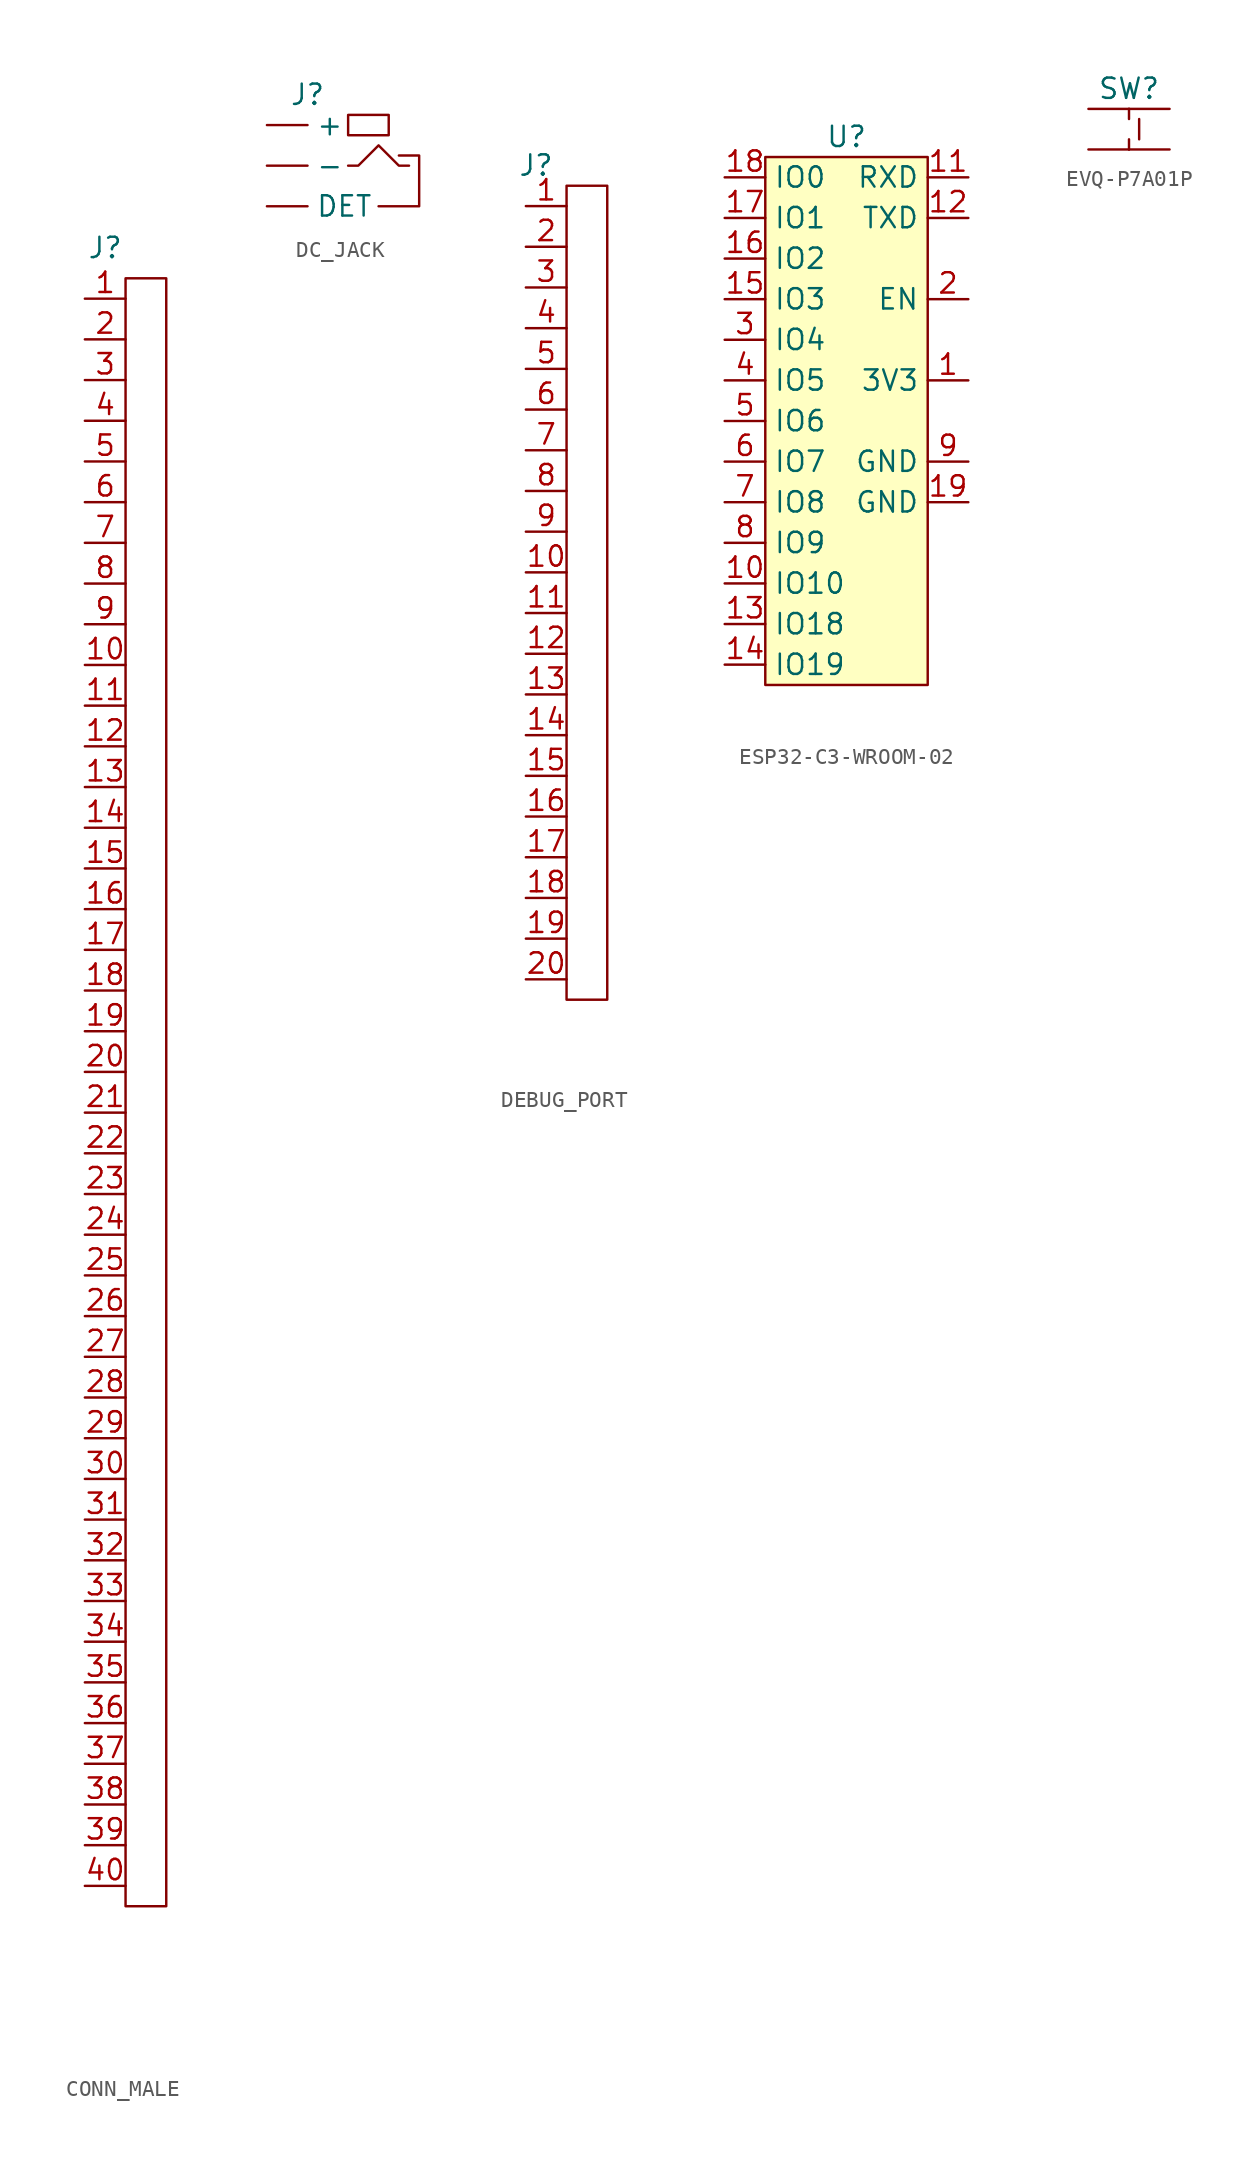
<source format=kicad_sym>
(kicad_symbol_lib
  (version 20220914)
  (generator kicad_symbol_editor)
  (symbol "CONN_MALE"
    (pin_names hide)
    (property "Reference" "J"
      (at 0 40.005 0)
      (effects (font (size 1.27 1.27))))
    (property "Value" ""
      (at -1.27 39.37 0)
      (effects (font (size 1.27 1.27))))
    (symbol "CONN_MALE_0_1"
      (rectangle (start 1.27 38.1) (end 3.81 -63.5) (stroke (width 0) (type default)) (fill (type none))))
    (symbol "CONN_MALE_1_1"
      (pin input line (at -1.27 36.83 0) (length 2.54) (name "" (effects (font (size 1.27 1.27)))) (number "1" (effects (font (size 1.27 1.27)))))
      (pin input line (at -1.27 13.97 0) (length 2.54) (name "" (effects (font (size 1.27 1.27)))) (number "10" (effects (font (size 1.27 1.27)))))
      (pin input line (at -1.27 11.43 0) (length 2.54) (name "" (effects (font (size 1.27 1.27)))) (number "11" (effects (font (size 1.27 1.27)))))
      (pin input line (at -1.27 8.89 0) (length 2.54) (name "" (effects (font (size 1.27 1.27)))) (number "12" (effects (font (size 1.27 1.27)))))
      (pin input line (at -1.27 6.35 0) (length 2.54) (name "" (effects (font (size 1.27 1.27)))) (number "13" (effects (font (size 1.27 1.27)))))
      (pin input line (at -1.27 3.81 0) (length 2.54) (name "" (effects (font (size 1.27 1.27)))) (number "14" (effects (font (size 1.27 1.27)))))
      (pin input line (at -1.27 1.27 0) (length 2.54) (name "" (effects (font (size 1.27 1.27)))) (number "15" (effects (font (size 1.27 1.27)))))
      (pin input line (at -1.27 -1.27 0) (length 2.54) (name "" (effects (font (size 1.27 1.27)))) (number "16" (effects (font (size 1.27 1.27)))))
      (pin input line (at -1.27 -3.81 0) (length 2.54) (name "" (effects (font (size 1.27 1.27)))) (number "17" (effects (font (size 1.27 1.27)))))
      (pin input line (at -1.27 -6.35 0) (length 2.54) (name "" (effects (font (size 1.27 1.27)))) (number "18" (effects (font (size 1.27 1.27)))))
      (pin input line (at -1.27 -8.89 0) (length 2.54) (name "" (effects (font (size 1.27 1.27)))) (number "19" (effects (font (size 1.27 1.27)))))
      (pin input line (at -1.27 34.29 0) (length 2.54) (name "" (effects (font (size 1.27 1.27)))) (number "2" (effects (font (size 1.27 1.27)))))
      (pin input line (at -1.27 -11.43 0) (length 2.54) (name "" (effects (font (size 1.27 1.27)))) (number "20" (effects (font (size 1.27 1.27)))))
      (pin input line (at -1.27 -13.97 0) (length 2.54) (name "" (effects (font (size 1.27 1.27)))) (number "21" (effects (font (size 1.27 1.27)))))
      (pin input line (at -1.27 -16.51 0) (length 2.54) (name "" (effects (font (size 1.27 1.27)))) (number "22" (effects (font (size 1.27 1.27)))))
      (pin input line (at -1.27 -19.05 0) (length 2.54) (name "" (effects (font (size 1.27 1.27)))) (number "23" (effects (font (size 1.27 1.27)))))
      (pin input line (at -1.27 -21.59 0) (length 2.54) (name "" (effects (font (size 1.27 1.27)))) (number "24" (effects (font (size 1.27 1.27)))))
      (pin input line (at -1.27 -24.13 0) (length 2.54) (name "" (effects (font (size 1.27 1.27)))) (number "25" (effects (font (size 1.27 1.27)))))
      (pin input line (at -1.27 -26.67 0) (length 2.54) (name "" (effects (font (size 1.27 1.27)))) (number "26" (effects (font (size 1.27 1.27)))))
      (pin input line (at -1.27 -29.21 0) (length 2.54) (name "" (effects (font (size 1.27 1.27)))) (number "27" (effects (font (size 1.27 1.27)))))
      (pin input line (at -1.27 -31.75 0) (length 2.54) (name "" (effects (font (size 1.27 1.27)))) (number "28" (effects (font (size 1.27 1.27)))))
      (pin input line (at -1.27 -34.29 0) (length 2.54) (name "" (effects (font (size 1.27 1.27)))) (number "29" (effects (font (size 1.27 1.27)))))
      (pin input line (at -1.27 31.75 0) (length 2.54) (name "" (effects (font (size 1.27 1.27)))) (number "3" (effects (font (size 1.27 1.27)))))
      (pin input line (at -1.27 -36.83 0) (length 2.54) (name "" (effects (font (size 1.27 1.27)))) (number "30" (effects (font (size 1.27 1.27)))))
      (pin input line (at -1.27 -39.37 0) (length 2.54) (name "" (effects (font (size 1.27 1.27)))) (number "31" (effects (font (size 1.27 1.27)))))
      (pin input line (at -1.27 -41.91 0) (length 2.54) (name "" (effects (font (size 1.27 1.27)))) (number "32" (effects (font (size 1.27 1.27)))))
      (pin input line (at -1.27 -44.45 0) (length 2.54) (name "" (effects (font (size 1.27 1.27)))) (number "33" (effects (font (size 1.27 1.27)))))
      (pin input line (at -1.27 -46.99 0) (length 2.54) (name "" (effects (font (size 1.27 1.27)))) (number "34" (effects (font (size 1.27 1.27)))))
      (pin input line (at -1.27 -49.53 0) (length 2.54) (name "" (effects (font (size 1.27 1.27)))) (number "35" (effects (font (size 1.27 1.27)))))
      (pin input line (at -1.27 -52.07 0) (length 2.54) (name "" (effects (font (size 1.27 1.27)))) (number "36" (effects (font (size 1.27 1.27)))))
      (pin input line (at -1.27 -54.61 0) (length 2.54) (name "" (effects (font (size 1.27 1.27)))) (number "37" (effects (font (size 1.27 1.27)))))
      (pin input line (at -1.27 -57.15 0) (length 2.54) (name "" (effects (font (size 1.27 1.27)))) (number "38" (effects (font (size 1.27 1.27)))))
      (pin input line (at -1.27 -59.69 0) (length 2.54) (name "" (effects (font (size 1.27 1.27)))) (number "39" (effects (font (size 1.27 1.27)))))
      (pin input line (at -1.27 29.21 0) (length 2.54) (name "" (effects (font (size 1.27 1.27)))) (number "4" (effects (font (size 1.27 1.27)))))
      (pin input line (at -1.27 -62.23 0) (length 2.54) (name "" (effects (font (size 1.27 1.27)))) (number "40" (effects (font (size 1.27 1.27)))))
      (pin input line (at -1.27 26.67 0) (length 2.54) (name "" (effects (font (size 1.27 1.27)))) (number "5" (effects (font (size 1.27 1.27)))))
      (pin input line (at -1.27 24.13 0) (length 2.54) (name "" (effects (font (size 1.27 1.27)))) (number "6" (effects (font (size 1.27 1.27)))))
      (pin input line (at -1.27 21.59 0) (length 2.54) (name "" (effects (font (size 1.27 1.27)))) (number "7" (effects (font (size 1.27 1.27)))))
      (pin input line (at -1.27 19.05 0) (length 2.54) (name "" (effects (font (size 1.27 1.27)))) (number "8" (effects (font (size 1.27 1.27)))))
      (pin input line (at -1.27 16.51 0) (length 2.54) (name "" (effects (font (size 1.27 1.27)))) (number "9" (effects (font (size 1.27 1.27)))))))
  (symbol "DC_JACK"
    (pin_numbers hide)
    (property "Reference" "J"
      (at 0 3.175 0)
      (effects (font (size 1.27 1.27))))
    (property "Value" ""
      (at -2.54 0 0)
      (effects (font (size 1.27 1.27))))
    (symbol "DC_JACK_0_1"
      (polyline (pts (xy 4.445 -3.81) (xy 6.985 -3.81) (xy 6.985 -0.635) (xy 5.715 -0.635)) (stroke (width 0) (type default)) (fill (type none)))
      (polyline (pts (xy 2.54 -1.27) (xy 3.175 -1.27) (xy 4.445 0) (xy 5.715 -1.27) (xy 6.35 -1.27)) (stroke (width 0) (type default)) (fill (type none)))
      (polyline (pts (xy 2.54 1.905) (xy 2.54 0.635) (xy 5.08 0.635) (xy 5.08 1.905) (xy 2.54 1.905)) (stroke (width 0) (type default)) (fill (type none))))
    (symbol "DC_JACK_1_1"
      (pin power_out line (at -2.54 1.27 0) (length 2.54) (name "+" (effects (font (size 1.27 1.27)))) (number "1" (effects (font (size 1.27 1.27)))))
      (pin power_out line (at -2.54 -1.27 0) (length 2.54) (name "-" (effects (font (size 1.27 1.27)))) (number "2" (effects (font (size 1.27 1.27)))))
      (pin power_out line (at -2.54 -3.81 0) (length 2.54) (name "DET" (effects (font (size 1.27 1.27)))) (number "3" (effects (font (size 1.27 1.27)))))))
  (symbol "DEBUG_PORT"
    (pin_names hide)
    (property "Reference" "J"
      (at -3.175 26.67 0)
      (effects (font (size 1.27 1.27))))
    (property "Value" ""
      (at -3.175 26.67 0)
      (effects (font (size 1.27 1.27))))
    (symbol "DEBUG_PORT_0_1"
      (rectangle (start -1.27 25.4) (end 1.27 -25.4) (stroke (width 0) (type default)) (fill (type none))))
    (symbol "DEBUG_PORT_1_1"
      (pin input line (at -3.81 24.13 0) (length 2.54) (name "" (effects (font (size 1.27 1.27)))) (number "1" (effects (font (size 1.27 1.27)))))
      (pin input line (at -3.81 1.27 0) (length 2.54) (name "" (effects (font (size 1.27 1.27)))) (number "10" (effects (font (size 1.27 1.27)))))
      (pin input line (at -3.81 -1.27 0) (length 2.54) (name "" (effects (font (size 1.27 1.27)))) (number "11" (effects (font (size 1.27 1.27)))))
      (pin input line (at -3.81 -3.81 0) (length 2.54) (name "" (effects (font (size 1.27 1.27)))) (number "12" (effects (font (size 1.27 1.27)))))
      (pin input line (at -3.81 -6.35 0) (length 2.54) (name "" (effects (font (size 1.27 1.27)))) (number "13" (effects (font (size 1.27 1.27)))))
      (pin input line (at -3.81 -8.89 0) (length 2.54) (name "" (effects (font (size 1.27 1.27)))) (number "14" (effects (font (size 1.27 1.27)))))
      (pin input line (at -3.81 -11.43 0) (length 2.54) (name "" (effects (font (size 1.27 1.27)))) (number "15" (effects (font (size 1.27 1.27)))))
      (pin input line (at -3.81 -13.97 0) (length 2.54) (name "" (effects (font (size 1.27 1.27)))) (number "16" (effects (font (size 1.27 1.27)))))
      (pin input line (at -3.81 -16.51 0) (length 2.54) (name "" (effects (font (size 1.27 1.27)))) (number "17" (effects (font (size 1.27 1.27)))))
      (pin input line (at -3.81 -19.05 0) (length 2.54) (name "" (effects (font (size 1.27 1.27)))) (number "18" (effects (font (size 1.27 1.27)))))
      (pin input line (at -3.81 -21.59 0) (length 2.54) (name "" (effects (font (size 1.27 1.27)))) (number "19" (effects (font (size 1.27 1.27)))))
      (pin input line (at -3.81 21.59 0) (length 2.54) (name "" (effects (font (size 1.27 1.27)))) (number "2" (effects (font (size 1.27 1.27)))))
      (pin input line (at -3.81 -24.13 0) (length 2.54) (name "" (effects (font (size 1.27 1.27)))) (number "20" (effects (font (size 1.27 1.27)))))
      (pin input line (at -3.81 19.05 0) (length 2.54) (name "" (effects (font (size 1.27 1.27)))) (number "3" (effects (font (size 1.27 1.27)))))
      (pin input line (at -3.81 16.51 0) (length 2.54) (name "" (effects (font (size 1.27 1.27)))) (number "4" (effects (font (size 1.27 1.27)))))
      (pin input line (at -3.81 13.97 0) (length 2.54) (name "" (effects (font (size 1.27 1.27)))) (number "5" (effects (font (size 1.27 1.27)))))
      (pin input line (at -3.81 11.43 0) (length 2.54) (name "" (effects (font (size 1.27 1.27)))) (number "6" (effects (font (size 1.27 1.27)))))
      (pin input line (at -3.81 8.89 0) (length 2.54) (name "" (effects (font (size 1.27 1.27)))) (number "7" (effects (font (size 1.27 1.27)))))
      (pin input line (at -3.81 6.35 0) (length 2.54) (name "" (effects (font (size 1.27 1.27)))) (number "8" (effects (font (size 1.27 1.27)))))
      (pin input line (at -3.81 3.81 0) (length 2.54) (name "" (effects (font (size 1.27 1.27)))) (number "9" (effects (font (size 1.27 1.27)))))))
  (symbol "ESP32-C3-WROOM-02"
    (property "Reference" "U"
      (at 0 17.78 0)
      (effects (font (size 1.27 1.27))))
    (property "Value" ""
      (at 0 17.78 0)
      (effects (font (size 1.27 1.27))))
    (symbol "ESP32-C3-WROOM-02_1_1"
      (rectangle (start -5.08 16.51) (end 5.08 -16.51) (stroke (width 0) (type default)) (fill (type background)))
      (pin power_in line (at 7.62 2.54 180) (length 2.54) (name "3V3" (effects (font (size 1.27 1.27)))) (number "1" (effects (font (size 1.27 1.27)))))
      (pin bidirectional line (at -7.62 -10.16 0) (length 2.54) (name "IO10" (effects (font (size 1.27 1.27)))) (number "10" (effects (font (size 1.27 1.27)))))
      (pin bidirectional line (at 7.62 15.24 180) (length 2.54) (name "RXD" (effects (font (size 1.27 1.27)))) (number "11" (effects (font (size 1.27 1.27)))))
      (pin bidirectional line (at 7.62 12.7 180) (length 2.54) (name "TXD" (effects (font (size 1.27 1.27)))) (number "12" (effects (font (size 1.27 1.27)))))
      (pin bidirectional line (at -7.62 -12.7 0) (length 2.54) (name "IO18" (effects (font (size 1.27 1.27)))) (number "13" (effects (font (size 1.27 1.27)))))
      (pin bidirectional line (at -7.62 -15.24 0) (length 2.54) (name "IO19" (effects (font (size 1.27 1.27)))) (number "14" (effects (font (size 1.27 1.27)))))
      (pin bidirectional line (at -7.62 7.62 0) (length 2.54) (name "IO3" (effects (font (size 1.27 1.27)))) (number "15" (effects (font (size 1.27 1.27)))))
      (pin bidirectional line (at -7.62 10.16 0) (length 2.54) (name "IO2" (effects (font (size 1.27 1.27)))) (number "16" (effects (font (size 1.27 1.27)))))
      (pin bidirectional line (at -7.62 12.7 0) (length 2.54) (name "IO1" (effects (font (size 1.27 1.27)))) (number "17" (effects (font (size 1.27 1.27)))))
      (pin bidirectional line (at -7.62 15.24 0) (length 2.54) (name "IO0" (effects (font (size 1.27 1.27)))) (number "18" (effects (font (size 1.27 1.27)))))
      (pin power_in line (at 7.62 -5.08 180) (length 2.54) (name "GND" (effects (font (size 1.27 1.27)))) (number "19" (effects (font (size 1.27 1.27)))))
      (pin input line (at 7.62 7.62 180) (length 2.54) (name "EN" (effects (font (size 1.27 1.27)))) (number "2" (effects (font (size 1.27 1.27)))))
      (pin bidirectional line (at -7.62 5.08 0) (length 2.54) (name "IO4" (effects (font (size 1.27 1.27)))) (number "3" (effects (font (size 1.27 1.27)))))
      (pin bidirectional line (at -7.62 2.54 0) (length 2.54) (name "IO5" (effects (font (size 1.27 1.27)))) (number "4" (effects (font (size 1.27 1.27)))))
      (pin bidirectional line (at -7.62 0 0) (length 2.54) (name "IO6" (effects (font (size 1.27 1.27)))) (number "5" (effects (font (size 1.27 1.27)))))
      (pin bidirectional line (at -7.62 -2.54 0) (length 2.54) (name "IO7" (effects (font (size 1.27 1.27)))) (number "6" (effects (font (size 1.27 1.27)))))
      (pin bidirectional line (at -7.62 -5.08 0) (length 2.54) (name "IO8" (effects (font (size 1.27 1.27)))) (number "7" (effects (font (size 1.27 1.27)))))
      (pin bidirectional line (at -7.62 -7.62 0) (length 2.54) (name "IO9" (effects (font (size 1.27 1.27)))) (number "8" (effects (font (size 1.27 1.27)))))
      (pin power_in line (at 7.62 -2.54 180) (length 2.54) (name "GND" (effects (font (size 1.27 1.27)))) (number "9" (effects (font (size 1.27 1.27)))))))
  (symbol "EVQ-P7A01P"
    (pin_numbers hide)
    (pin_names hide)
    (property "Reference" "SW"
      (at 0 2.54 0)
      (effects (font (size 1.27 1.27))))
    (property "Value" ""
      (at 0 1.27 0)
      (effects (font (size 1.27 1.27))))
    (symbol "EVQ-P7A01P_0_1"
      (polyline (pts (xy 0 -0.635) (xy 0 -1.27)) (stroke (width 0) (type default)) (fill (type none)))
      (polyline (pts (xy 0 1.27) (xy 0 0.635)) (stroke (width 0) (type default)) (fill (type none)))
      (polyline (pts (xy 0.635 -0.635) (xy 0.635 0.635)) (stroke (width 0) (type default)) (fill (type none))))
    (symbol "EVQ-P7A01P_1_1"
      (pin input line (at -2.54 1.27 0) (length 2.54) (name "" (effects (font (size 1.27 1.27)))) (number "1" (effects (font (size 1.27 1.27)))))
      (pin input line (at 2.54 1.27 180) (length 2.54) (name "" (effects (font (size 1.27 1.27)))) (number "2" (effects (font (size 1.27 1.27)))))
      (pin input line (at -2.54 -1.27 0) (length 2.54) (name "" (effects (font (size 1.27 1.27)))) (number "3" (effects (font (size 1.27 1.27)))))
      (pin input line (at 2.54 -1.27 180) (length 2.54) (name "" (effects (font (size 1.27 1.27)))) (number "4" (effects (font (size 1.27 1.27))))))))
</source>
